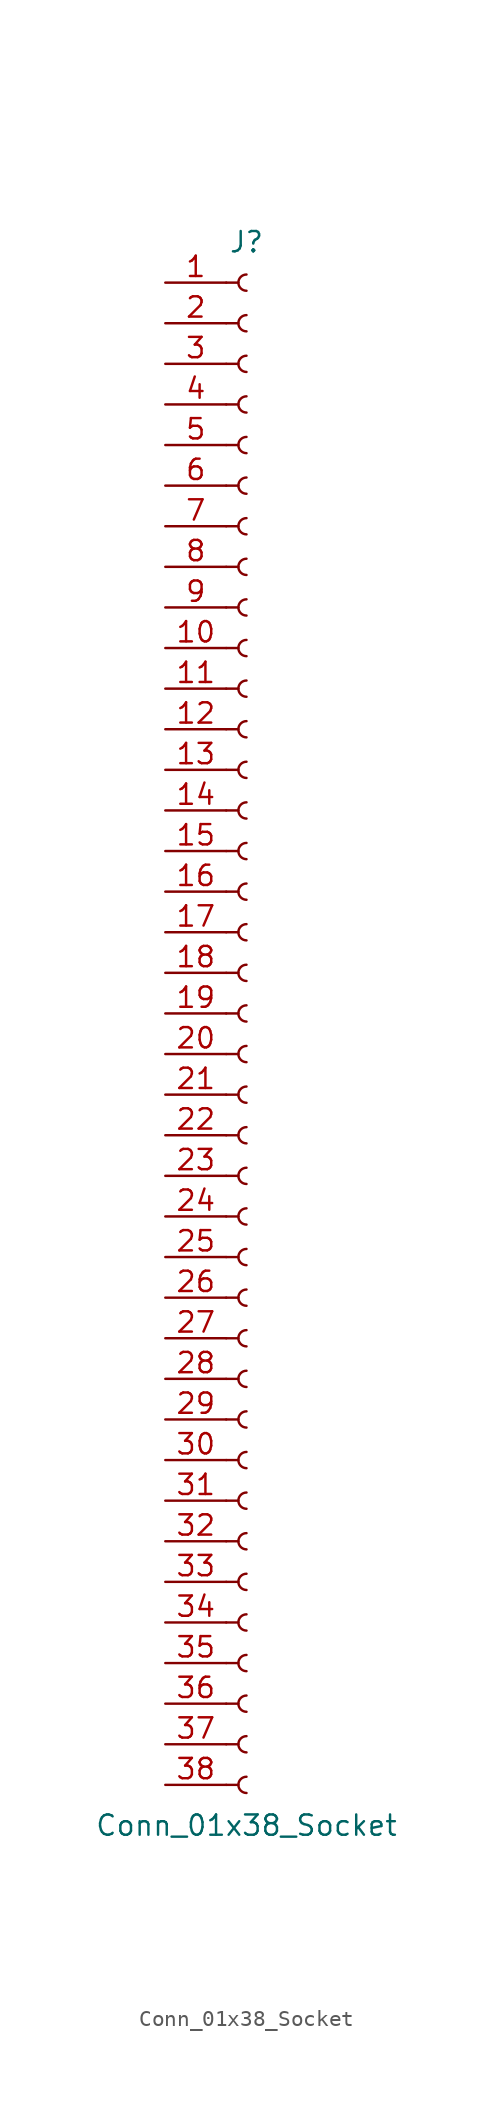
<source format=kicad_sym>
(kicad_symbol_lib
  (version 20241209)
  (generator "kicad_symbol_editor")
  (generator_version "9.0")
  (symbol "Conn_01x38_Socket"
    (pin_names
      (offset 1.016)
      (hide yes))
    (property "Reference" "J"
      (at 0 48.26 0)
      (effects (font (size 1.27 1.27))))
    (property "Value" "Conn_01x38_Socket"
      (at 0 -50.8 0)
      (effects (font (size 1.27 1.27))))
    (property "ki_locked" ""
      (at 0 0 0)
      (effects (font (size 1.27 1.27))))
    (symbol "Conn_01x38_Socket_1_1"
      (polyline (pts (xy -1.27 45.72) (xy -0.508 45.72)) (stroke (width 0.152) (type default)) (fill (type none)))
      (polyline (pts (xy -1.27 43.18) (xy -0.508 43.18)) (stroke (width 0.152) (type default)) (fill (type none)))
      (polyline (pts (xy -1.27 40.64) (xy -0.508 40.64)) (stroke (width 0.152) (type default)) (fill (type none)))
      (polyline (pts (xy -1.27 38.1) (xy -0.508 38.1)) (stroke (width 0.152) (type default)) (fill (type none)))
      (polyline (pts (xy -1.27 35.56) (xy -0.508 35.56)) (stroke (width 0.152) (type default)) (fill (type none)))
      (polyline (pts (xy -1.27 33.02) (xy -0.508 33.02)) (stroke (width 0.152) (type default)) (fill (type none)))
      (polyline (pts (xy -1.27 30.48) (xy -0.508 30.48)) (stroke (width 0.152) (type default)) (fill (type none)))
      (polyline (pts (xy -1.27 27.94) (xy -0.508 27.94)) (stroke (width 0.152) (type default)) (fill (type none)))
      (polyline (pts (xy -1.27 25.4) (xy -0.508 25.4)) (stroke (width 0.152) (type default)) (fill (type none)))
      (polyline (pts (xy -1.27 22.86) (xy -0.508 22.86)) (stroke (width 0.152) (type default)) (fill (type none)))
      (polyline (pts (xy -1.27 20.32) (xy -0.508 20.32)) (stroke (width 0.152) (type default)) (fill (type none)))
      (polyline (pts (xy -1.27 17.78) (xy -0.508 17.78)) (stroke (width 0.152) (type default)) (fill (type none)))
      (polyline (pts (xy -1.27 15.24) (xy -0.508 15.24)) (stroke (width 0.152) (type default)) (fill (type none)))
      (polyline (pts (xy -1.27 12.7) (xy -0.508 12.7)) (stroke (width 0.152) (type default)) (fill (type none)))
      (polyline (pts (xy -1.27 10.16) (xy -0.508 10.16)) (stroke (width 0.152) (type default)) (fill (type none)))
      (polyline (pts (xy -1.27 7.62) (xy -0.508 7.62)) (stroke (width 0.152) (type default)) (fill (type none)))
      (polyline (pts (xy -1.27 5.08) (xy -0.508 5.08)) (stroke (width 0.152) (type default)) (fill (type none)))
      (polyline (pts (xy -1.27 2.54) (xy -0.508 2.54)) (stroke (width 0.152) (type default)) (fill (type none)))
      (polyline (pts (xy -1.27 0) (xy -0.508 0)) (stroke (width 0.152) (type default)) (fill (type none)))
      (polyline (pts (xy -1.27 -2.54) (xy -0.508 -2.54)) (stroke (width 0.152) (type default)) (fill (type none)))
      (polyline (pts (xy -1.27 -5.08) (xy -0.508 -5.08)) (stroke (width 0.152) (type default)) (fill (type none)))
      (polyline (pts (xy -1.27 -7.62) (xy -0.508 -7.62)) (stroke (width 0.152) (type default)) (fill (type none)))
      (polyline (pts (xy -1.27 -10.16) (xy -0.508 -10.16)) (stroke (width 0.152) (type default)) (fill (type none)))
      (polyline (pts (xy -1.27 -12.7) (xy -0.508 -12.7)) (stroke (width 0.152) (type default)) (fill (type none)))
      (polyline (pts (xy -1.27 -15.24) (xy -0.508 -15.24)) (stroke (width 0.152) (type default)) (fill (type none)))
      (polyline (pts (xy -1.27 -17.78) (xy -0.508 -17.78)) (stroke (width 0.152) (type default)) (fill (type none)))
      (polyline (pts (xy -1.27 -20.32) (xy -0.508 -20.32)) (stroke (width 0.152) (type default)) (fill (type none)))
      (polyline (pts (xy -1.27 -22.86) (xy -0.508 -22.86)) (stroke (width 0.152) (type default)) (fill (type none)))
      (polyline (pts (xy -1.27 -25.4) (xy -0.508 -25.4)) (stroke (width 0.152) (type default)) (fill (type none)))
      (polyline (pts (xy -1.27 -27.94) (xy -0.508 -27.94)) (stroke (width 0.152) (type default)) (fill (type none)))
      (polyline (pts (xy -1.27 -30.48) (xy -0.508 -30.48)) (stroke (width 0.152) (type default)) (fill (type none)))
      (polyline (pts (xy -1.27 -33.02) (xy -0.508 -33.02)) (stroke (width 0.152) (type default)) (fill (type none)))
      (polyline (pts (xy -1.27 -35.56) (xy -0.508 -35.56)) (stroke (width 0.152) (type default)) (fill (type none)))
      (polyline (pts (xy -1.27 -38.1) (xy -0.508 -38.1)) (stroke (width 0.152) (type default)) (fill (type none)))
      (polyline (pts (xy -1.27 -40.64) (xy -0.508 -40.64)) (stroke (width 0.152) (type default)) (fill (type none)))
      (polyline (pts (xy -1.27 -43.18) (xy -0.508 -43.18)) (stroke (width 0.152) (type default)) (fill (type none)))
      (polyline (pts (xy -1.27 -45.72) (xy -0.508 -45.72)) (stroke (width 0.152) (type default)) (fill (type none)))
      (polyline (pts (xy -1.27 -48.26) (xy -0.508 -48.26)) (stroke (width 0.152) (type default)) (fill (type none)))
      (arc (start 0 45.212) (mid -0.5058 45.72) (end 0 46.228) (stroke (width 0.1524) (type default)) (fill (type none)))
      (arc (start 0 42.672) (mid -0.5058 43.18) (end 0 43.688) (stroke (width 0.1524) (type default)) (fill (type none)))
      (arc (start 0 40.132) (mid -0.5058 40.64) (end 0 41.148) (stroke (width 0.1524) (type default)) (fill (type none)))
      (arc (start 0 37.592) (mid -0.5058 38.1) (end 0 38.608) (stroke (width 0.1524) (type default)) (fill (type none)))
      (arc (start 0 35.052) (mid -0.5058 35.56) (end 0 36.068) (stroke (width 0.1524) (type default)) (fill (type none)))
      (arc (start 0 32.512) (mid -0.5058 33.02) (end 0 33.528) (stroke (width 0.1524) (type default)) (fill (type none)))
      (arc (start 0 29.972) (mid -0.5058 30.48) (end 0 30.988) (stroke (width 0.1524) (type default)) (fill (type none)))
      (arc (start 0 27.432) (mid -0.5058 27.94) (end 0 28.448) (stroke (width 0.1524) (type default)) (fill (type none)))
      (arc (start 0 24.892) (mid -0.5058 25.4) (end 0 25.908) (stroke (width 0.1524) (type default)) (fill (type none)))
      (arc (start 0 22.352) (mid -0.5058 22.86) (end 0 23.368) (stroke (width 0.1524) (type default)) (fill (type none)))
      (arc (start 0 19.812) (mid -0.5058 20.32) (end 0 20.828) (stroke (width 0.1524) (type default)) (fill (type none)))
      (arc (start 0 17.272) (mid -0.5058 17.78) (end 0 18.288) (stroke (width 0.1524) (type default)) (fill (type none)))
      (arc (start 0 14.732) (mid -0.5058 15.24) (end 0 15.748) (stroke (width 0.1524) (type default)) (fill (type none)))
      (arc (start 0 12.192) (mid -0.5058 12.7) (end 0 13.208) (stroke (width 0.1524) (type default)) (fill (type none)))
      (arc (start 0 9.652) (mid -0.5058 10.16) (end 0 10.668) (stroke (width 0.1524) (type default)) (fill (type none)))
      (arc (start 0 7.112) (mid -0.5058 7.62) (end 0 8.128) (stroke (width 0.1524) (type default)) (fill (type none)))
      (arc (start 0 4.572) (mid -0.5058 5.08) (end 0 5.588) (stroke (width 0.1524) (type default)) (fill (type none)))
      (arc (start 0 2.032) (mid -0.5058 2.54) (end 0 3.048) (stroke (width 0.1524) (type default)) (fill (type none)))
      (arc (start 0 -0.508) (mid -0.5058 0) (end 0 0.508) (stroke (width 0.1524) (type default)) (fill (type none)))
      (arc (start 0 -3.048) (mid -0.5058 -2.54) (end 0 -2.032) (stroke (width 0.1524) (type default)) (fill (type none)))
      (arc (start 0 -5.588) (mid -0.5058 -5.08) (end 0 -4.572) (stroke (width 0.1524) (type default)) (fill (type none)))
      (arc (start 0 -8.128) (mid -0.5058 -7.62) (end 0 -7.112) (stroke (width 0.1524) (type default)) (fill (type none)))
      (arc (start 0 -10.668) (mid -0.5058 -10.16) (end 0 -9.652) (stroke (width 0.1524) (type default)) (fill (type none)))
      (arc (start 0 -13.208) (mid -0.5058 -12.7) (end 0 -12.192) (stroke (width 0.1524) (type default)) (fill (type none)))
      (arc (start 0 -15.748) (mid -0.5058 -15.24) (end 0 -14.732) (stroke (width 0.1524) (type default)) (fill (type none)))
      (arc (start 0 -18.288) (mid -0.5058 -17.78) (end 0 -17.272) (stroke (width 0.1524) (type default)) (fill (type none)))
      (arc (start 0 -20.828) (mid -0.5058 -20.32) (end 0 -19.812) (stroke (width 0.1524) (type default)) (fill (type none)))
      (arc (start 0 -23.368) (mid -0.5058 -22.86) (end 0 -22.352) (stroke (width 0.1524) (type default)) (fill (type none)))
      (arc (start 0 -25.908) (mid -0.5058 -25.4) (end 0 -24.892) (stroke (width 0.1524) (type default)) (fill (type none)))
      (arc (start 0 -28.448) (mid -0.5058 -27.94) (end 0 -27.432) (stroke (width 0.1524) (type default)) (fill (type none)))
      (arc (start 0 -30.988) (mid -0.5058 -30.48) (end 0 -29.972) (stroke (width 0.1524) (type default)) (fill (type none)))
      (arc (start 0 -33.528) (mid -0.5058 -33.02) (end 0 -32.512) (stroke (width 0.1524) (type default)) (fill (type none)))
      (arc (start 0 -36.068) (mid -0.5058 -35.56) (end 0 -35.052) (stroke (width 0.1524) (type default)) (fill (type none)))
      (arc (start 0 -38.608) (mid -0.5058 -38.1) (end 0 -37.592) (stroke (width 0.1524) (type default)) (fill (type none)))
      (arc (start 0 -41.148) (mid -0.5058 -40.64) (end 0 -40.132) (stroke (width 0.1524) (type default)) (fill (type none)))
      (arc (start 0 -43.688) (mid -0.5058 -43.18) (end 0 -42.672) (stroke (width 0.1524) (type default)) (fill (type none)))
      (arc (start 0 -46.228) (mid -0.5058 -45.72) (end 0 -45.212) (stroke (width 0.1524) (type default)) (fill (type none)))
      (arc (start 0 -48.768) (mid -0.5058 -48.26) (end 0 -47.752) (stroke (width 0.1524) (type default)) (fill (type none)))
      (pin passive line (at -5.08 45.72 0) (length 3.81) (name "Pin_1" (effects (font (size 1.27 1.27)))) (number "1" (effects (font (size 1.27 1.27)))))
      (pin passive line (at -5.08 43.18 0) (length 3.81) (name "Pin_2" (effects (font (size 1.27 1.27)))) (number "2" (effects (font (size 1.27 1.27)))))
      (pin passive line (at -5.08 40.64 0) (length 3.81) (name "Pin_3" (effects (font (size 1.27 1.27)))) (number "3" (effects (font (size 1.27 1.27)))))
      (pin passive line (at -5.08 38.1 0) (length 3.81) (name "Pin_4" (effects (font (size 1.27 1.27)))) (number "4" (effects (font (size 1.27 1.27)))))
      (pin passive line (at -5.08 35.56 0) (length 3.81) (name "Pin_5" (effects (font (size 1.27 1.27)))) (number "5" (effects (font (size 1.27 1.27)))))
      (pin passive line (at -5.08 33.02 0) (length 3.81) (name "Pin_6" (effects (font (size 1.27 1.27)))) (number "6" (effects (font (size 1.27 1.27)))))
      (pin passive line (at -5.08 30.48 0) (length 3.81) (name "Pin_7" (effects (font (size 1.27 1.27)))) (number "7" (effects (font (size 1.27 1.27)))))
      (pin passive line (at -5.08 27.94 0) (length 3.81) (name "Pin_8" (effects (font (size 1.27 1.27)))) (number "8" (effects (font (size 1.27 1.27)))))
      (pin passive line (at -5.08 25.4 0) (length 3.81) (name "Pin_9" (effects (font (size 1.27 1.27)))) (number "9" (effects (font (size 1.27 1.27)))))
      (pin passive line (at -5.08 22.86 0) (length 3.81) (name "Pin_10" (effects (font (size 1.27 1.27)))) (number "10" (effects (font (size 1.27 1.27)))))
      (pin passive line (at -5.08 20.32 0) (length 3.81) (name "Pin_11" (effects (font (size 1.27 1.27)))) (number "11" (effects (font (size 1.27 1.27)))))
      (pin passive line (at -5.08 17.78 0) (length 3.81) (name "Pin_12" (effects (font (size 1.27 1.27)))) (number "12" (effects (font (size 1.27 1.27)))))
      (pin passive line (at -5.08 15.24 0) (length 3.81) (name "Pin_13" (effects (font (size 1.27 1.27)))) (number "13" (effects (font (size 1.27 1.27)))))
      (pin passive line (at -5.08 12.7 0) (length 3.81) (name "Pin_14" (effects (font (size 1.27 1.27)))) (number "14" (effects (font (size 1.27 1.27)))))
      (pin passive line (at -5.08 10.16 0) (length 3.81) (name "Pin_15" (effects (font (size 1.27 1.27)))) (number "15" (effects (font (size 1.27 1.27)))))
      (pin passive line (at -5.08 7.62 0) (length 3.81) (name "Pin_16" (effects (font (size 1.27 1.27)))) (number "16" (effects (font (size 1.27 1.27)))))
      (pin passive line (at -5.08 5.08 0) (length 3.81) (name "Pin_17" (effects (font (size 1.27 1.27)))) (number "17" (effects (font (size 1.27 1.27)))))
      (pin passive line (at -5.08 2.54 0) (length 3.81) (name "Pin_18" (effects (font (size 1.27 1.27)))) (number "18" (effects (font (size 1.27 1.27)))))
      (pin passive line (at -5.08 0 0) (length 3.81) (name "Pin_19" (effects (font (size 1.27 1.27)))) (number "19" (effects (font (size 1.27 1.27)))))
      (pin passive line (at -5.08 -2.54 0) (length 3.81) (name "Pin_20" (effects (font (size 1.27 1.27)))) (number "20" (effects (font (size 1.27 1.27)))))
      (pin passive line (at -5.08 -5.08 0) (length 3.81) (name "Pin_21" (effects (font (size 1.27 1.27)))) (number "21" (effects (font (size 1.27 1.27)))))
      (pin passive line (at -5.08 -7.62 0) (length 3.81) (name "Pin_22" (effects (font (size 1.27 1.27)))) (number "22" (effects (font (size 1.27 1.27)))))
      (pin passive line (at -5.08 -10.16 0) (length 3.81) (name "Pin_23" (effects (font (size 1.27 1.27)))) (number "23" (effects (font (size 1.27 1.27)))))
      (pin passive line (at -5.08 -12.7 0) (length 3.81) (name "Pin_24" (effects (font (size 1.27 1.27)))) (number "24" (effects (font (size 1.27 1.27)))))
      (pin passive line (at -5.08 -15.24 0) (length 3.81) (name "Pin_25" (effects (font (size 1.27 1.27)))) (number "25" (effects (font (size 1.27 1.27)))))
      (pin passive line (at -5.08 -17.78 0) (length 3.81) (name "Pin_26" (effects (font (size 1.27 1.27)))) (number "26" (effects (font (size 1.27 1.27)))))
      (pin passive line (at -5.08 -20.32 0) (length 3.81) (name "Pin_27" (effects (font (size 1.27 1.27)))) (number "27" (effects (font (size 1.27 1.27)))))
      (pin passive line (at -5.08 -22.86 0) (length 3.81) (name "Pin_28" (effects (font (size 1.27 1.27)))) (number "28" (effects (font (size 1.27 1.27)))))
      (pin passive line (at -5.08 -25.4 0) (length 3.81) (name "Pin_29" (effects (font (size 1.27 1.27)))) (number "29" (effects (font (size 1.27 1.27)))))
      (pin passive line (at -5.08 -27.94 0) (length 3.81) (name "Pin_30" (effects (font (size 1.27 1.27)))) (number "30" (effects (font (size 1.27 1.27)))))
      (pin passive line (at -5.08 -30.48 0) (length 3.81) (name "Pin_31" (effects (font (size 1.27 1.27)))) (number "31" (effects (font (size 1.27 1.27)))))
      (pin passive line (at -5.08 -33.02 0) (length 3.81) (name "Pin_32" (effects (font (size 1.27 1.27)))) (number "32" (effects (font (size 1.27 1.27)))))
      (pin passive line (at -5.08 -35.56 0) (length 3.81) (name "Pin_33" (effects (font (size 1.27 1.27)))) (number "33" (effects (font (size 1.27 1.27)))))
      (pin passive line (at -5.08 -38.1 0) (length 3.81) (name "Pin_34" (effects (font (size 1.27 1.27)))) (number "34" (effects (font (size 1.27 1.27)))))
      (pin passive line (at -5.08 -40.64 0) (length 3.81) (name "Pin_35" (effects (font (size 1.27 1.27)))) (number "35" (effects (font (size 1.27 1.27)))))
      (pin passive line (at -5.08 -43.18 0) (length 3.81) (name "Pin_36" (effects (font (size 1.27 1.27)))) (number "36" (effects (font (size 1.27 1.27)))))
      (pin passive line (at -5.08 -45.72 0) (length 3.81) (name "Pin_37" (effects (font (size 1.27 1.27)))) (number "37" (effects (font (size 1.27 1.27)))))
      (pin passive line (at -5.08 -48.26 0) (length 3.81) (name "Pin_38" (effects (font (size 1.27 1.27)))) (number "38" (effects (font (size 1.27 1.27))))))))
</source>
